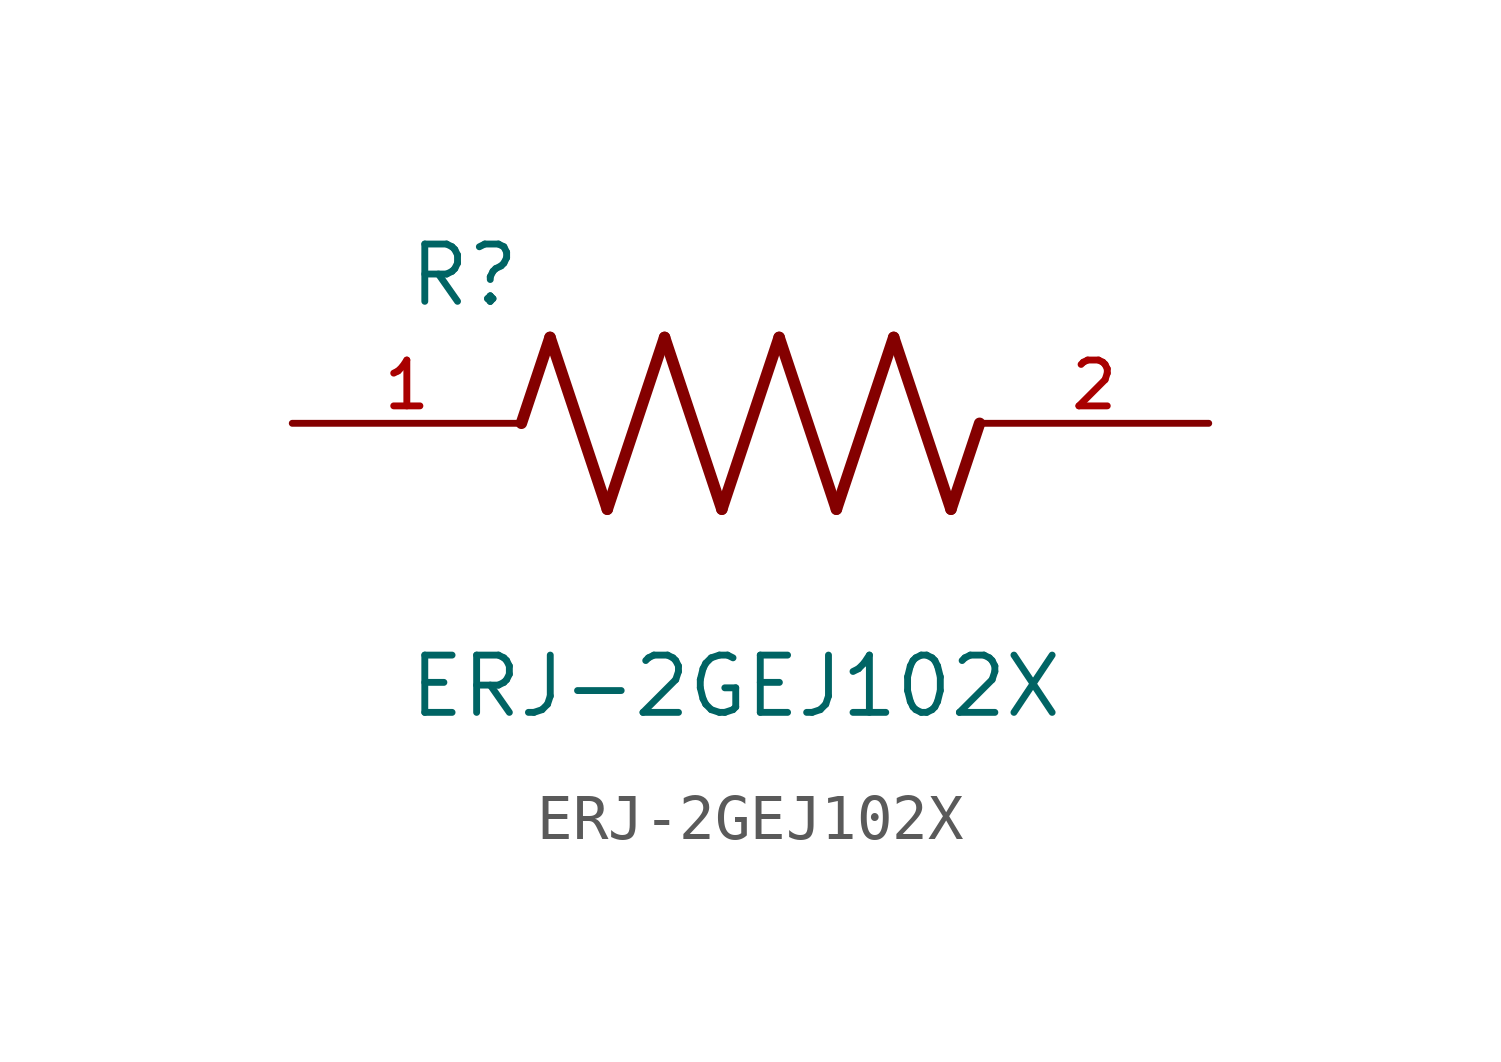
<source format=kicad_sym>
(kicad_symbol_lib
  (version 20211014)
  (generator kicad_symbol_editor)
  (symbol "ERJ-2GEJ102X"
    (pin_names
      (offset 1.016))
    (property "Reference" "R"
      (at -7.624 2.541 0)
      (effects (font (size 1.27 1.27)) (justify bottom left)))
    (property "Value" "ERJ-2GEJ102X"
      (at -7.624 -5.087 0)
      (effects (font (size 1.27 1.27)) (justify top left)))
    (symbol "ERJ-2GEJ102X_0_0"
      (polyline (pts (xy -5.08 0.0) (xy -4.445 1.905)) (stroke (width 0.254)))
      (polyline (pts (xy -4.445 1.905) (xy -3.175 -1.905)) (stroke (width 0.254)))
      (polyline (pts (xy -3.175 -1.905) (xy -1.905 1.905)) (stroke (width 0.254)))
      (polyline (pts (xy -1.905 1.905) (xy -0.635 -1.905)) (stroke (width 0.254)))
      (polyline (pts (xy -0.635 -1.905) (xy 0.635 1.905)) (stroke (width 0.254)))
      (polyline (pts (xy 0.635 1.905) (xy 1.905 -1.905)) (stroke (width 0.254)))
      (polyline (pts (xy 1.905 -1.905) (xy 3.175 1.905)) (stroke (width 0.254)))
      (polyline (pts (xy 3.175 1.905) (xy 4.445 -1.905)) (stroke (width 0.254)))
      (polyline (pts (xy 4.445 -1.905) (xy 5.08 0.0)) (stroke (width 0.254)))
      (pin passive line (at -10.16 0.0 0) (length 5.08) (name "~" (effects (font (size 1.016 1.016)))) (number "1" (effects (font (size 1.016 1.016)))))
      (pin passive line (at 10.16 0.0 180.0) (length 5.08) (name "~" (effects (font (size 1.016 1.016)))) (number "2" (effects (font (size 1.016 1.016))))))))
</source>
